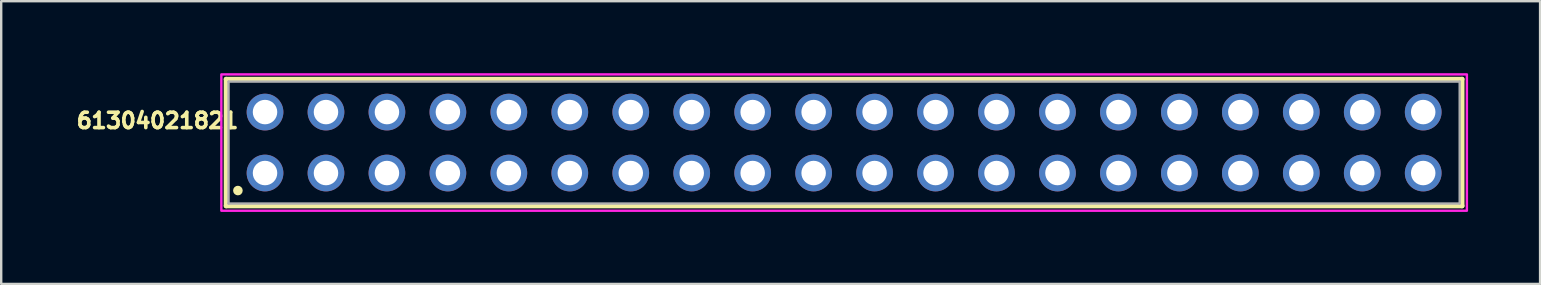
<source format=kicad_pcb>
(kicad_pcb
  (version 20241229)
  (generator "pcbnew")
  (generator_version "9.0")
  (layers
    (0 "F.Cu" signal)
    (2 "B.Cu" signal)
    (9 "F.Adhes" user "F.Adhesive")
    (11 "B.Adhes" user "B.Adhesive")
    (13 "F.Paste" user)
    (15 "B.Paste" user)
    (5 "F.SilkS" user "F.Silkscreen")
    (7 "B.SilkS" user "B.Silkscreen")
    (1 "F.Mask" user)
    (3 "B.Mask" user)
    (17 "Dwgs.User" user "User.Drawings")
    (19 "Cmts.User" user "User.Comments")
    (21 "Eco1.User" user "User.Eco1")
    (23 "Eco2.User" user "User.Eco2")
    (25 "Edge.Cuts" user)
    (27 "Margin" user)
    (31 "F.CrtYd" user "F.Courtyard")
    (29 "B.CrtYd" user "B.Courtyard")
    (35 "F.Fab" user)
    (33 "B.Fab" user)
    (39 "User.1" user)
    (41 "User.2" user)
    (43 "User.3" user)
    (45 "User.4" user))
  (footprint "61304021821"
    (layer "F.Cu")
    (at 32.123 2.89)
    (property "Reference" "61304021821" (at -28.61 -0.912 0) (layer "F.SilkS") (effects (font (size 0.64 0.64) (thickness 0.15))))
    (attr through_hole)
    (fp_line (start -25.75 -2.64) (end 25.75 -2.64) (stroke (width 0.2) (type solid)) (layer "F.SilkS"))
    (fp_line (start -25.75 2.64) (end -25.75 -2.64) (stroke (width 0.2) (type solid)) (layer "F.SilkS"))
    (fp_line (start 25.75 -2.64) (end 25.75 2.64) (stroke (width 0.2) (type solid)) (layer "F.SilkS"))
    (fp_line (start 25.75 2.64) (end -25.75 2.64) (stroke (width 0.2) (type solid)) (layer "F.SilkS"))
    (fp_circle (center -25.26 2) (end -25.16 2) (stroke (width 0.2) (type solid)) (fill no) (layer "F.SilkS"))
    (fp_poly (pts (xy -25.95 -2.84) (xy 25.95 -2.84) (xy 25.95 2.84) (xy -25.95 2.84)) (stroke (width 0.1) (type solid)) (fill no) (layer "F.CrtYd"))
    (fp_line (start -25.65 -2.54) (end -25.65 2.54) (stroke (width 0.1) (type solid)) (layer "F.Fab"))
    (fp_line (start -25.65 2.54) (end 25.65 2.54) (stroke (width 0.1) (type solid)) (layer "F.Fab"))
    (fp_line (start 25.65 -2.54) (end -25.65 -2.54) (stroke (width 0.1) (type solid)) (layer "F.Fab"))
    (fp_line (start 25.65 2.54) (end 25.65 -2.54) (stroke (width 0.1) (type solid)) (layer "F.Fab"))
    (pad "1" thru_hole circle (at -24.13 1.27) (size 1.53 1.53) (drill 1.02) (layers "*.Cu" "*.Mask"))
    (pad "2" thru_hole circle (at -24.13 -1.27) (size 1.53 1.53) (drill 1.02) (layers "*.Cu" "*.Mask"))
    (pad "3" thru_hole circle (at -21.59 1.27) (size 1.53 1.53) (drill 1.02) (layers "*.Cu" "*.Mask"))
    (pad "4" thru_hole circle (at -21.59 -1.27) (size 1.53 1.53) (drill 1.02) (layers "*.Cu" "*.Mask"))
    (pad "5" thru_hole circle (at -19.05 1.27) (size 1.53 1.53) (drill 1.02) (layers "*.Cu" "*.Mask"))
    (pad "6" thru_hole circle (at -19.05 -1.27) (size 1.53 1.53) (drill 1.02) (layers "*.Cu" "*.Mask"))
    (pad "7" thru_hole circle (at -16.51 1.27) (size 1.53 1.53) (drill 1.02) (layers "*.Cu" "*.Mask"))
    (pad "8" thru_hole circle (at -16.51 -1.27) (size 1.53 1.53) (drill 1.02) (layers "*.Cu" "*.Mask"))
    (pad "9" thru_hole circle (at -13.97 1.27) (size 1.53 1.53) (drill 1.02) (layers "*.Cu" "*.Mask"))
    (pad "10" thru_hole circle (at -13.97 -1.27) (size 1.53 1.53) (drill 1.02) (layers "*.Cu" "*.Mask"))
    (pad "11" thru_hole circle (at -11.43 1.27) (size 1.53 1.53) (drill 1.02) (layers "*.Cu" "*.Mask"))
    (pad "12" thru_hole circle (at -11.43 -1.27) (size 1.53 1.53) (drill 1.02) (layers "*.Cu" "*.Mask"))
    (pad "13" thru_hole circle (at -8.89 1.27) (size 1.53 1.53) (drill 1.02) (layers "*.Cu" "*.Mask"))
    (pad "14" thru_hole circle (at -8.89 -1.27) (size 1.53 1.53) (drill 1.02) (layers "*.Cu" "*.Mask"))
    (pad "15" thru_hole circle (at -6.35 1.27) (size 1.53 1.53) (drill 1.02) (layers "*.Cu" "*.Mask"))
    (pad "16" thru_hole circle (at -6.35 -1.27) (size 1.53 1.53) (drill 1.02) (layers "*.Cu" "*.Mask"))
    (pad "17" thru_hole circle (at -3.81 1.27) (size 1.53 1.53) (drill 1.02) (layers "*.Cu" "*.Mask"))
    (pad "18" thru_hole circle (at -3.81 -1.27) (size 1.53 1.53) (drill 1.02) (layers "*.Cu" "*.Mask"))
    (pad "19" thru_hole circle (at -1.27 1.27) (size 1.53 1.53) (drill 1.02) (layers "*.Cu" "*.Mask"))
    (pad "20" thru_hole circle (at -1.27 -1.27) (size 1.53 1.53) (drill 1.02) (layers "*.Cu" "*.Mask"))
    (pad "21" thru_hole circle (at 1.27 1.27) (size 1.53 1.53) (drill 1.02) (layers "*.Cu" "*.Mask"))
    (pad "22" thru_hole circle (at 1.27 -1.27) (size 1.53 1.53) (drill 1.02) (layers "*.Cu" "*.Mask"))
    (pad "23" thru_hole circle (at 3.81 1.27) (size 1.53 1.53) (drill 1.02) (layers "*.Cu" "*.Mask"))
    (pad "24" thru_hole circle (at 3.81 -1.27) (size 1.53 1.53) (drill 1.02) (layers "*.Cu" "*.Mask"))
    (pad "25" thru_hole circle (at 6.35 1.27) (size 1.53 1.53) (drill 1.02) (layers "*.Cu" "*.Mask"))
    (pad "26" thru_hole circle (at 6.35 -1.27) (size 1.53 1.53) (drill 1.02) (layers "*.Cu" "*.Mask"))
    (pad "27" thru_hole circle (at 8.89 1.27) (size 1.53 1.53) (drill 1.02) (layers "*.Cu" "*.Mask"))
    (pad "28" thru_hole circle (at 8.89 -1.27) (size 1.53 1.53) (drill 1.02) (layers "*.Cu" "*.Mask"))
    (pad "29" thru_hole circle (at 11.43 1.27) (size 1.53 1.53) (drill 1.02) (layers "*.Cu" "*.Mask"))
    (pad "30" thru_hole circle (at 11.43 -1.27) (size 1.53 1.53) (drill 1.02) (layers "*.Cu" "*.Mask"))
    (pad "31" thru_hole circle (at 13.97 1.27) (size 1.53 1.53) (drill 1.02) (layers "*.Cu" "*.Mask"))
    (pad "32" thru_hole circle (at 13.97 -1.27) (size 1.53 1.53) (drill 1.02) (layers "*.Cu" "*.Mask"))
    (pad "33" thru_hole circle (at 16.51 1.27) (size 1.53 1.53) (drill 1.02) (layers "*.Cu" "*.Mask"))
    (pad "34" thru_hole circle (at 16.51 -1.27) (size 1.53 1.53) (drill 1.02) (layers "*.Cu" "*.Mask"))
    (pad "35" thru_hole circle (at 19.05 1.27) (size 1.53 1.53) (drill 1.02) (layers "*.Cu" "*.Mask"))
    (pad "36" thru_hole circle (at 19.05 -1.27) (size 1.53 1.53) (drill 1.02) (layers "*.Cu" "*.Mask"))
    (pad "37" thru_hole circle (at 21.59 1.27) (size 1.53 1.53) (drill 1.02) (layers "*.Cu" "*.Mask"))
    (pad "38" thru_hole circle (at 21.59 -1.27) (size 1.53 1.53) (drill 1.02) (layers "*.Cu" "*.Mask"))
    (pad "39" thru_hole circle (at 24.13 1.27) (size 1.53 1.53) (drill 1.02) (layers "*.Cu" "*.Mask"))
    (pad "40" thru_hole circle (at 24.13 -1.27) (size 1.53 1.53) (drill 1.02) (layers "*.Cu" "*.Mask")))
  (gr_rect
    (start -3 -3)
    (end 61.123 8.78)
    (stroke (width 0.1) (type default))
    (fill no)
    (layer "Edge.Cuts")))
</source>
